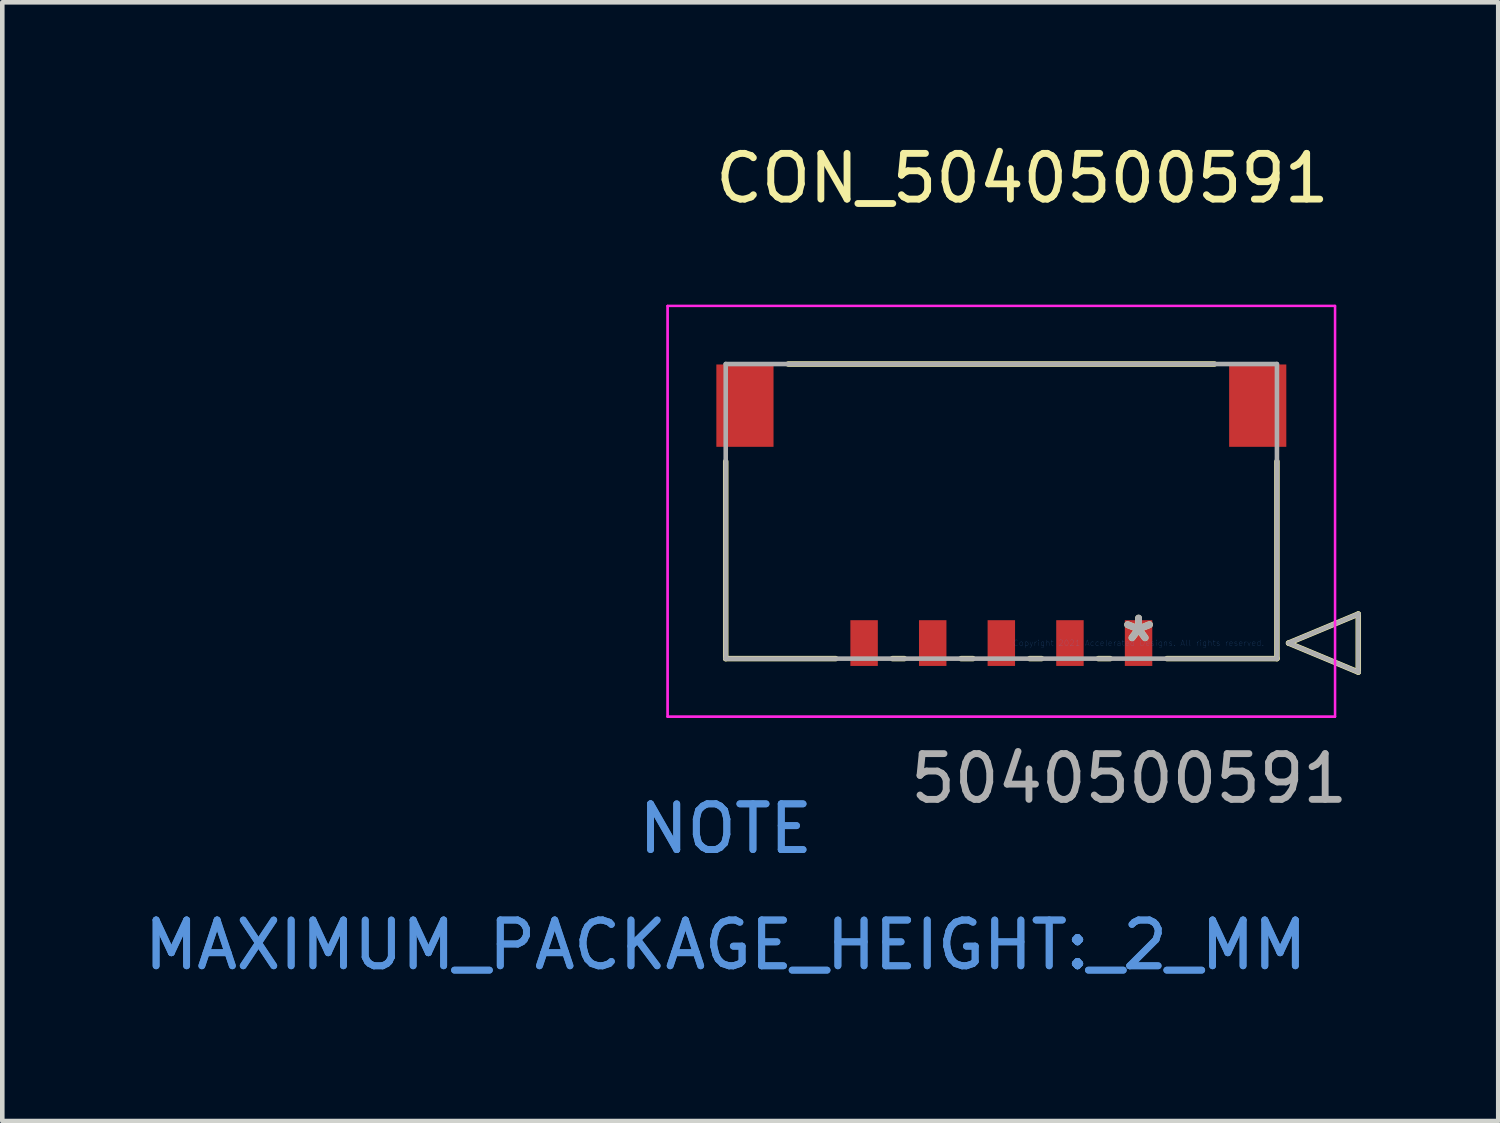
<source format=kicad_pcb>
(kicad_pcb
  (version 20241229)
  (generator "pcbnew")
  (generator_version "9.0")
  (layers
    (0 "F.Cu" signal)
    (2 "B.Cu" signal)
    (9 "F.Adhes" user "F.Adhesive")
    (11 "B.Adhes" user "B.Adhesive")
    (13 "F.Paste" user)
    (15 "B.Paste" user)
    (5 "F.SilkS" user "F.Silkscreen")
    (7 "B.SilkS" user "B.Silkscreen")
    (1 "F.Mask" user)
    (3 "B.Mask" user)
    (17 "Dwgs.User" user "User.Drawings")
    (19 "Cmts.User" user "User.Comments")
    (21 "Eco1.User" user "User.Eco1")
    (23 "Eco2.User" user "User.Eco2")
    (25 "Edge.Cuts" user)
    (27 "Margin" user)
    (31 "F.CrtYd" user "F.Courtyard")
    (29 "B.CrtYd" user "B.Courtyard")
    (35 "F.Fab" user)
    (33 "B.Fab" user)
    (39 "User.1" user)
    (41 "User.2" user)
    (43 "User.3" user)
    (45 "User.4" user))
  (footprint "CON_5040500591"
    (layer "F.Cu")
    (at 21.84 11.008)
    (property "Reference" "CON_5040500591" (at -2.54 -10.16 0) (layer "F.SilkS") (effects (font (size 1 1) (thickness 0.15))))
    (attr through_hole)
    (fp_line (start -9.025 -3.97) (end -9.025 0.34) (stroke (width 0.12) (type solid)) (layer "F.SilkS"))
    (fp_line (start -9.025 0.34) (end -6.62 0.34) (stroke (width 0.12) (type solid)) (layer "F.SilkS"))
    (fp_line (start -5.38 0.34) (end -5.12 0.34) (stroke (width 0.12) (type solid)) (layer "F.SilkS"))
    (fp_line (start -3.88 0.34) (end -3.62 0.34) (stroke (width 0.12) (type solid)) (layer "F.SilkS"))
    (fp_line (start -2.38 0.34) (end -2.12 0.34) (stroke (width 0.12) (type solid)) (layer "F.SilkS"))
    (fp_line (start -0.88 0.34) (end -0.62 0.34) (stroke (width 0.12) (type solid)) (layer "F.SilkS"))
    (fp_line (start 0.62 0.34) (end 3.025 0.34) (stroke (width 0.12) (type solid)) (layer "F.SilkS"))
    (fp_line (start 1.66 -6.1) (end -7.66 -6.1) (stroke (width 0.12) (type solid)) (layer "F.SilkS"))
    (fp_line (start 3.025 0.34) (end 3.025 -3.97) (stroke (width 0.12) (type solid)) (layer "F.SilkS"))
    (fp_line (start 3.279 0) (end 4.803 -0.635) (stroke (width 0.12) (type solid)) (layer "F.SilkS"))
    (fp_line (start 4.803 -0.635) (end 4.803 0.635) (stroke (width 0.12) (type solid)) (layer "F.SilkS"))
    (fp_line (start 4.803 0.635) (end 3.279 0) (stroke (width 0.12) (type solid)) (layer "F.SilkS"))
    (fp_line (start -10.295 -7.37) (end -10.295 1.61) (stroke (width 0.05) (type solid)) (layer "F.CrtYd"))
    (fp_line (start -10.295 -7.37) (end -10.295 1.61) (stroke (width 0.05) (type solid)) (layer "F.CrtYd"))
    (fp_line (start -10.295 1.61) (end 4.295 1.61) (stroke (width 0.05) (type solid)) (layer "F.CrtYd"))
    (fp_line (start -10.295 1.61) (end 4.295 1.61) (stroke (width 0.05) (type solid)) (layer "F.CrtYd"))
    (fp_line (start 4.295 -7.37) (end -10.295 -7.37) (stroke (width 0.05) (type solid)) (layer "F.CrtYd"))
    (fp_line (start 4.295 -7.37) (end -10.295 -7.37) (stroke (width 0.05) (type solid)) (layer "F.CrtYd"))
    (fp_line (start 4.295 1.61) (end 4.295 -7.37) (stroke (width 0.05) (type solid)) (layer "F.CrtYd"))
    (fp_line (start 4.295 1.61) (end 4.295 -7.37) (stroke (width 0.05) (type solid)) (layer "F.CrtYd"))
    (fp_line (start -9.025 -6.1) (end -9.025 0.34) (stroke (width 0.1) (type solid)) (layer "F.Fab"))
    (fp_line (start -9.025 0.34) (end 3.025 0.34) (stroke (width 0.1) (type solid)) (layer "F.Fab"))
    (fp_line (start 3.025 -6.1) (end -9.025 -6.1) (stroke (width 0.1) (type solid)) (layer "F.Fab"))
    (fp_line (start 3.025 0.34) (end 3.025 -6.1) (stroke (width 0.1) (type solid)) (layer "F.Fab"))
    (fp_line (start 3.279 0) (end 4.803 -0.635) (stroke (width 0.1) (type solid)) (layer "F.Fab"))
    (fp_line (start 4.803 -0.635) (end 4.803 0.635) (stroke (width 0.1) (type solid)) (layer "F.Fab"))
    (fp_line (start 4.803 0.635) (end 3.279 0) (stroke (width 0.1) (type solid)) (layer "F.Fab"))
    (fp_text user "*" (at 0 0 0) (layer "F.SilkS") (effects (font (size 1 1) (thickness 0.15))))
    (fp_text user "MAXIMUM_PACKAGE_HEIGHT:_2_MM" (at -9.025 6.6 0) (layer "Cmts.User") (effects (font (size 1 1) (thickness 0.15))))
    (fp_text user "Copyright 2021 Accelerated Designs. All rights reserved." (at 0 0 0) (layer "Cmts.User") (effects (font (size 0.127 0.127) (thickness 0.002))))
    (fp_text user "MAXIMUM_PACKAGE_HEIGHT:_2_MM" (at -9.025 6.6 0) (layer "Cmts.User") (effects (font (size 1 1) (thickness 0.15))))
    (fp_text user "NOTE" (at -9.025 4.06 0) (layer "Cmts.User") (effects (font (size 1 1) (thickness 0.15))))
    (fp_text user "NOTE" (at -9.025 4.06 0) (layer "Cmts.User") (effects (font (size 1 1) (thickness 0.15))))
    (fp_text user "5040500591" (at -0.206 2.962 0) (layer "F.Fab") (effects (font (size 1 1) (thickness 0.15))))
    (fp_text user "*" (at 0 0 0) (layer "F.Fab") (effects (font (size 1 1) (thickness 0.15))))
    (pad "1" smd rect (at 0 0) (size 0.6 1) (layers "F.Cu" "F.Mask" "F.Paste"))
    (pad "2" smd rect (at -1.5 0) (size 0.6 1) (layers "F.Cu" "F.Mask" "F.Paste"))
    (pad "3" smd rect (at -3 0) (size 0.6 1) (layers "F.Cu" "F.Mask" "F.Paste"))
    (pad "4" smd rect (at -4.5 0) (size 0.6 1) (layers "F.Cu" "F.Mask" "F.Paste"))
    (pad "5" smd rect (at -6 0) (size 0.6 1) (layers "F.Cu" "F.Mask" "F.Paste"))
    (pad "6" smd rect (at 2.605 -5.19) (size 1.25 1.8) (layers "F.Cu" "F.Mask" "F.Paste"))
    (pad "7" smd rect (at -8.605 -5.19) (size 1.25 1.8) (layers "F.Cu" "F.Mask" "F.Paste")))
  (gr_rect
    (start -3 -3)
    (end 29.703 21.456)
    (stroke (width 0.1) (type default))
    (fill no)
    (layer "Edge.Cuts")))
</source>
